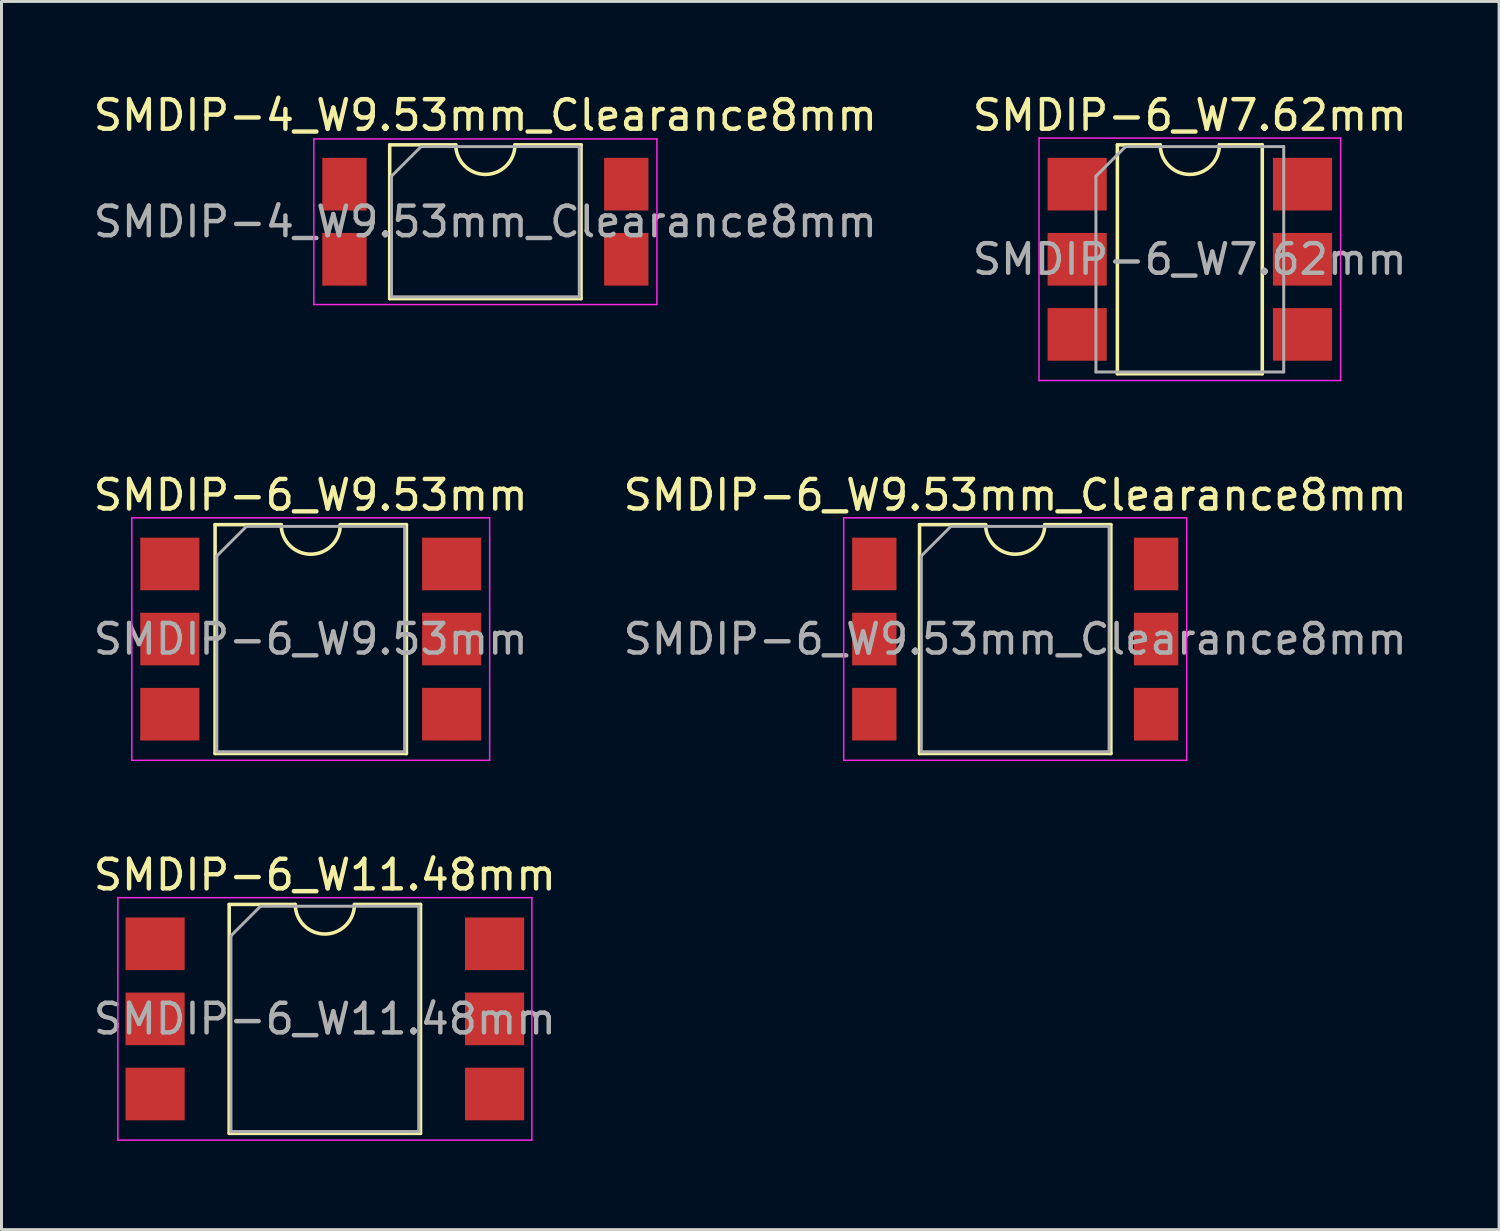
<source format=kicad_pcb>
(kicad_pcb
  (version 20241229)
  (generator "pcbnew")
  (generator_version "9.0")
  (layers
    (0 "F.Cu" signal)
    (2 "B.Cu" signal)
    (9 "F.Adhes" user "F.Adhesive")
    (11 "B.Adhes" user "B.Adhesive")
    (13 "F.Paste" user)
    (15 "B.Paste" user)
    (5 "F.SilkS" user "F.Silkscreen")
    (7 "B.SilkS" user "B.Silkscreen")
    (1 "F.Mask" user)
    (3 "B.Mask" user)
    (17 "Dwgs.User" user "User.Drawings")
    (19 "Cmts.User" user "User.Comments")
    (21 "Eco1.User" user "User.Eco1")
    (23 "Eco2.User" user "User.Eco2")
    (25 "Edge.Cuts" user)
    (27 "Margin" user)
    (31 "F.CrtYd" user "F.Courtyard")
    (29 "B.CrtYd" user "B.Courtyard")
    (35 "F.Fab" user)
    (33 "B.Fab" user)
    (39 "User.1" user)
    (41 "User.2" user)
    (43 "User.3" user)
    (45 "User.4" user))
  (footprint "SMDIP-4_W9.53mm_Clearance8mm"
    (layer "F.Cu")
    (at 13.363 4.448)
    (property "Reference" "SMDIP-4_W9.53mm_Clearance8mm" (at 0 -3.6 0) (layer "F.SilkS") (effects (font (size 1 1) (thickness 0.15))))
    (attr smd)
    (fp_line (start -3.235 -2.6) (end -3.235 2.6) (stroke (width 0.12) (type solid)) (layer "F.SilkS"))
    (fp_line (start -3.235 2.6) (end 3.235 2.6) (stroke (width 0.12) (type solid)) (layer "F.SilkS"))
    (fp_line (start -1 -2.6) (end -3.235 -2.6) (stroke (width 0.12) (type solid)) (layer "F.SilkS"))
    (fp_line (start 3.235 -2.6) (end 1 -2.6) (stroke (width 0.12) (type solid)) (layer "F.SilkS"))
    (fp_line (start 3.235 2.6) (end 3.235 -2.6) (stroke (width 0.12) (type solid)) (layer "F.SilkS"))
    (fp_arc (start 1 -2.6) (mid 0 -1.6) (end -1 -2.6) (stroke (width 0.12) (type solid)) (layer "F.SilkS"))
    (fp_line (start -5.8 -2.8) (end -5.8 2.8) (stroke (width 0.05) (type solid)) (layer "F.CrtYd"))
    (fp_line (start -5.8 2.8) (end 5.8 2.8) (stroke (width 0.05) (type solid)) (layer "F.CrtYd"))
    (fp_line (start 5.8 -2.8) (end -5.8 -2.8) (stroke (width 0.05) (type solid)) (layer "F.CrtYd"))
    (fp_line (start 5.8 2.8) (end 5.8 -2.8) (stroke (width 0.05) (type solid)) (layer "F.CrtYd"))
    (fp_line (start -3.175 -1.54) (end -2.175 -2.54) (stroke (width 0.1) (type solid)) (layer "F.Fab"))
    (fp_line (start -3.175 2.54) (end -3.175 -1.54) (stroke (width 0.1) (type solid)) (layer "F.Fab"))
    (fp_line (start -2.175 -2.54) (end 3.175 -2.54) (stroke (width 0.1) (type solid)) (layer "F.Fab"))
    (fp_line (start 3.175 -2.54) (end 3.175 2.54) (stroke (width 0.1) (type solid)) (layer "F.Fab"))
    (fp_line (start 3.175 2.54) (end -3.175 2.54) (stroke (width 0.1) (type solid)) (layer "F.Fab"))
    (fp_text user "${REFERENCE}" (at 0 0 0) (layer "F.Fab") (effects (font (size 1 1) (thickness 0.15))))
    (pad "1" smd rect (at -4.765 -1.27) (size 1.5 1.78) (layers "F.Cu" "F.Mask" "F.Paste"))
    (pad "2" smd rect (at -4.765 1.27) (size 1.5 1.78) (layers "F.Cu" "F.Mask" "F.Paste"))
    (pad "3" smd rect (at 4.765 1.27) (size 1.5 1.78) (layers "F.Cu" "F.Mask" "F.Paste"))
    (pad "4" smd rect (at 4.765 -1.27) (size 1.5 1.78) (layers "F.Cu" "F.Mask" "F.Paste")))
  (footprint "SMDIP-6_W9.53mm"
    (layer "F.Cu")
    (at 7.458 18.561)
    (property "Reference" "SMDIP-6_W9.53mm" (at 0 -4.87 0) (layer "F.SilkS") (effects (font (size 1 1) (thickness 0.15))))
    (attr smd)
    (fp_line (start -3.235 -3.87) (end -3.235 3.87) (stroke (width 0.12) (type solid)) (layer "F.SilkS"))
    (fp_line (start -3.235 3.87) (end 3.235 3.87) (stroke (width 0.12) (type solid)) (layer "F.SilkS"))
    (fp_line (start -1 -3.87) (end -3.235 -3.87) (stroke (width 0.12) (type solid)) (layer "F.SilkS"))
    (fp_line (start 3.235 -3.87) (end 1 -3.87) (stroke (width 0.12) (type solid)) (layer "F.SilkS"))
    (fp_line (start 3.235 3.87) (end 3.235 -3.87) (stroke (width 0.12) (type solid)) (layer "F.SilkS"))
    (fp_arc (start 1 -3.87) (mid 0 -2.87) (end -1 -3.87) (stroke (width 0.12) (type solid)) (layer "F.SilkS"))
    (fp_line (start -6.05 -4.1) (end -6.05 4.1) (stroke (width 0.05) (type solid)) (layer "F.CrtYd"))
    (fp_line (start -6.05 4.1) (end 6.05 4.1) (stroke (width 0.05) (type solid)) (layer "F.CrtYd"))
    (fp_line (start 6.05 -4.1) (end -6.05 -4.1) (stroke (width 0.05) (type solid)) (layer "F.CrtYd"))
    (fp_line (start 6.05 4.1) (end 6.05 -4.1) (stroke (width 0.05) (type solid)) (layer "F.CrtYd"))
    (fp_line (start -3.175 -2.81) (end -2.175 -3.81) (stroke (width 0.1) (type solid)) (layer "F.Fab"))
    (fp_line (start -3.175 3.81) (end -3.175 -2.81) (stroke (width 0.1) (type solid)) (layer "F.Fab"))
    (fp_line (start -2.175 -3.81) (end 3.175 -3.81) (stroke (width 0.1) (type solid)) (layer "F.Fab"))
    (fp_line (start 3.175 -3.81) (end 3.175 3.81) (stroke (width 0.1) (type solid)) (layer "F.Fab"))
    (fp_line (start 3.175 3.81) (end -3.175 3.81) (stroke (width 0.1) (type solid)) (layer "F.Fab"))
    (fp_text user "${REFERENCE}" (at 0 0 0) (layer "F.Fab") (effects (font (size 1 1) (thickness 0.15))))
    (pad "1" smd rect (at -4.765 -2.54) (size 2 1.78) (layers "F.Cu" "F.Mask" "F.Paste"))
    (pad "2" smd rect (at -4.765 0) (size 2 1.78) (layers "F.Cu" "F.Mask" "F.Paste"))
    (pad "3" smd rect (at -4.765 2.54) (size 2 1.78) (layers "F.Cu" "F.Mask" "F.Paste"))
    (pad "4" smd rect (at 4.765 2.54) (size 2 1.78) (layers "F.Cu" "F.Mask" "F.Paste"))
    (pad "5" smd rect (at 4.765 0) (size 2 1.78) (layers "F.Cu" "F.Mask" "F.Paste"))
    (pad "6" smd rect (at 4.765 -2.54) (size 2 1.78) (layers "F.Cu" "F.Mask" "F.Paste")))
  (footprint "SMDIP-6_W11.48mm"
    (layer "F.Cu")
    (at 7.935 31.405)
    (property "Reference" "SMDIP-6_W11.48mm" (at 0 -4.87 0) (layer "F.SilkS") (effects (font (size 1 1) (thickness 0.15))))
    (attr smd)
    (fp_line (start -3.235 -3.87) (end -3.235 3.87) (stroke (width 0.12) (type solid)) (layer "F.SilkS"))
    (fp_line (start -3.235 3.87) (end 3.235 3.87) (stroke (width 0.12) (type solid)) (layer "F.SilkS"))
    (fp_line (start -1 -3.87) (end -3.235 -3.87) (stroke (width 0.12) (type solid)) (layer "F.SilkS"))
    (fp_line (start 3.235 -3.87) (end 1 -3.87) (stroke (width 0.12) (type solid)) (layer "F.SilkS"))
    (fp_line (start 3.235 3.87) (end 3.235 -3.87) (stroke (width 0.12) (type solid)) (layer "F.SilkS"))
    (fp_arc (start 1 -3.87) (mid 0 -2.87) (end -1 -3.87) (stroke (width 0.12) (type solid)) (layer "F.SilkS"))
    (fp_line (start -7 -4.1) (end -7 4.1) (stroke (width 0.05) (type solid)) (layer "F.CrtYd"))
    (fp_line (start -7 4.1) (end 7 4.1) (stroke (width 0.05) (type solid)) (layer "F.CrtYd"))
    (fp_line (start 7 -4.1) (end -7 -4.1) (stroke (width 0.05) (type solid)) (layer "F.CrtYd"))
    (fp_line (start 7 4.1) (end 7 -4.1) (stroke (width 0.05) (type solid)) (layer "F.CrtYd"))
    (fp_line (start -3.175 -2.81) (end -2.175 -3.81) (stroke (width 0.1) (type solid)) (layer "F.Fab"))
    (fp_line (start -3.175 3.81) (end -3.175 -2.81) (stroke (width 0.1) (type solid)) (layer "F.Fab"))
    (fp_line (start -2.175 -3.81) (end 3.175 -3.81) (stroke (width 0.1) (type solid)) (layer "F.Fab"))
    (fp_line (start 3.175 -3.81) (end 3.175 3.81) (stroke (width 0.1) (type solid)) (layer "F.Fab"))
    (fp_line (start 3.175 3.81) (end -3.175 3.81) (stroke (width 0.1) (type solid)) (layer "F.Fab"))
    (fp_text user "${REFERENCE}" (at 0 0 0) (layer "F.Fab") (effects (font (size 1 1) (thickness 0.15))))
    (pad "1" smd rect (at -5.74 -2.54) (size 2 1.78) (layers "F.Cu" "F.Mask" "F.Paste"))
    (pad "2" smd rect (at -5.74 0) (size 2 1.78) (layers "F.Cu" "F.Mask" "F.Paste"))
    (pad "3" smd rect (at -5.74 2.54) (size 2 1.78) (layers "F.Cu" "F.Mask" "F.Paste"))
    (pad "4" smd rect (at 5.74 2.54) (size 2 1.78) (layers "F.Cu" "F.Mask" "F.Paste"))
    (pad "5" smd rect (at 5.74 0) (size 2 1.78) (layers "F.Cu" "F.Mask" "F.Paste"))
    (pad "6" smd rect (at 5.74 -2.54) (size 2 1.78) (layers "F.Cu" "F.Mask" "F.Paste")))
  (footprint "SMDIP-6_W7.62mm"
    (layer "F.Cu")
    (at 37.185 5.718)
    (property "Reference" "SMDIP-6_W7.62mm" (at 0 -4.87 0) (layer "F.SilkS") (effects (font (size 1 1) (thickness 0.15))))
    (attr smd)
    (fp_line (start -2.45 -3.87) (end -2.45 3.87) (stroke (width 0.12) (type solid)) (layer "F.SilkS"))
    (fp_line (start -2.45 3.87) (end 2.45 3.87) (stroke (width 0.12) (type solid)) (layer "F.SilkS"))
    (fp_line (start -1 -3.87) (end -2.45 -3.87) (stroke (width 0.12) (type solid)) (layer "F.SilkS"))
    (fp_line (start 2.45 -3.87) (end 1 -3.87) (stroke (width 0.12) (type solid)) (layer "F.SilkS"))
    (fp_line (start 2.45 3.87) (end 2.45 -3.87) (stroke (width 0.12) (type solid)) (layer "F.SilkS"))
    (fp_arc (start 1 -3.87) (mid 0 -2.87) (end -1 -3.87) (stroke (width 0.12) (type solid)) (layer "F.SilkS"))
    (fp_line (start -5.1 -4.1) (end -5.1 4.1) (stroke (width 0.05) (type solid)) (layer "F.CrtYd"))
    (fp_line (start -5.1 4.1) (end 5.1 4.1) (stroke (width 0.05) (type solid)) (layer "F.CrtYd"))
    (fp_line (start 5.1 -4.1) (end -5.1 -4.1) (stroke (width 0.05) (type solid)) (layer "F.CrtYd"))
    (fp_line (start 5.1 4.1) (end 5.1 -4.1) (stroke (width 0.05) (type solid)) (layer "F.CrtYd"))
    (fp_line (start -3.175 -2.81) (end -2.175 -3.81) (stroke (width 0.1) (type solid)) (layer "F.Fab"))
    (fp_line (start -3.175 3.81) (end -3.175 -2.81) (stroke (width 0.1) (type solid)) (layer "F.Fab"))
    (fp_line (start -2.175 -3.81) (end 3.175 -3.81) (stroke (width 0.1) (type solid)) (layer "F.Fab"))
    (fp_line (start 3.175 -3.81) (end 3.175 3.81) (stroke (width 0.1) (type solid)) (layer "F.Fab"))
    (fp_line (start 3.175 3.81) (end -3.175 3.81) (stroke (width 0.1) (type solid)) (layer "F.Fab"))
    (fp_text user "${REFERENCE}" (at 0 0 0) (layer "F.Fab") (effects (font (size 1 1) (thickness 0.15))))
    (pad "1" smd rect (at -3.81 -2.54) (size 2 1.78) (layers "F.Cu" "F.Mask" "F.Paste"))
    (pad "2" smd rect (at -3.81 0) (size 2 1.78) (layers "F.Cu" "F.Mask" "F.Paste"))
    (pad "3" smd rect (at -3.81 2.54) (size 2 1.78) (layers "F.Cu" "F.Mask" "F.Paste"))
    (pad "4" smd rect (at 3.81 2.54) (size 2 1.78) (layers "F.Cu" "F.Mask" "F.Paste"))
    (pad "5" smd rect (at 3.81 0) (size 2 1.78) (layers "F.Cu" "F.Mask" "F.Paste"))
    (pad "6" smd rect (at 3.81 -2.54) (size 2 1.78) (layers "F.Cu" "F.Mask" "F.Paste")))
  (footprint "SMDIP-6_W9.53mm_Clearance8mm"
    (layer "F.Cu")
    (at 31.28 18.561)
    (property "Reference" "SMDIP-6_W9.53mm_Clearance8mm" (at 0 -4.87 0) (layer "F.SilkS") (effects (font (size 1 1) (thickness 0.15))))
    (attr smd)
    (fp_line (start -3.235 -3.87) (end -3.235 3.87) (stroke (width 0.12) (type solid)) (layer "F.SilkS"))
    (fp_line (start -3.235 3.87) (end 3.235 3.87) (stroke (width 0.12) (type solid)) (layer "F.SilkS"))
    (fp_line (start -1 -3.87) (end -3.235 -3.87) (stroke (width 0.12) (type solid)) (layer "F.SilkS"))
    (fp_line (start 3.235 -3.87) (end 1 -3.87) (stroke (width 0.12) (type solid)) (layer "F.SilkS"))
    (fp_line (start 3.235 3.87) (end 3.235 -3.87) (stroke (width 0.12) (type solid)) (layer "F.SilkS"))
    (fp_arc (start 1 -3.87) (mid 0 -2.87) (end -1 -3.87) (stroke (width 0.12) (type solid)) (layer "F.SilkS"))
    (fp_line (start -5.8 -4.1) (end -5.8 4.1) (stroke (width 0.05) (type solid)) (layer "F.CrtYd"))
    (fp_line (start -5.8 4.1) (end 5.8 4.1) (stroke (width 0.05) (type solid)) (layer "F.CrtYd"))
    (fp_line (start 5.8 -4.1) (end -5.8 -4.1) (stroke (width 0.05) (type solid)) (layer "F.CrtYd"))
    (fp_line (start 5.8 4.1) (end 5.8 -4.1) (stroke (width 0.05) (type solid)) (layer "F.CrtYd"))
    (fp_line (start -3.175 -2.81) (end -2.175 -3.81) (stroke (width 0.1) (type solid)) (layer "F.Fab"))
    (fp_line (start -3.175 3.81) (end -3.175 -2.81) (stroke (width 0.1) (type solid)) (layer "F.Fab"))
    (fp_line (start -2.175 -3.81) (end 3.175 -3.81) (stroke (width 0.1) (type solid)) (layer "F.Fab"))
    (fp_line (start 3.175 -3.81) (end 3.175 3.81) (stroke (width 0.1) (type solid)) (layer "F.Fab"))
    (fp_line (start 3.175 3.81) (end -3.175 3.81) (stroke (width 0.1) (type solid)) (layer "F.Fab"))
    (fp_text user "${REFERENCE}" (at 0 0 0) (layer "F.Fab") (effects (font (size 1 1) (thickness 0.15))))
    (pad "1" smd rect (at -4.765 -2.54) (size 1.5 1.78) (layers "F.Cu" "F.Mask" "F.Paste"))
    (pad "2" smd rect (at -4.765 0) (size 1.5 1.78) (layers "F.Cu" "F.Mask" "F.Paste"))
    (pad "3" smd rect (at -4.765 2.54) (size 1.5 1.78) (layers "F.Cu" "F.Mask" "F.Paste"))
    (pad "4" smd rect (at 4.765 2.54) (size 1.5 1.78) (layers "F.Cu" "F.Mask" "F.Paste"))
    (pad "5" smd rect (at 4.765 0) (size 1.5 1.78) (layers "F.Cu" "F.Mask" "F.Paste"))
    (pad "6" smd rect (at 4.765 -2.54) (size 1.5 1.78) (layers "F.Cu" "F.Mask" "F.Paste")))
  (gr_rect
    (start -3 -3)
    (end 47.643 38.53)
    (stroke (width 0.1) (type default))
    (fill no)
    (layer "Edge.Cuts")))
</source>
